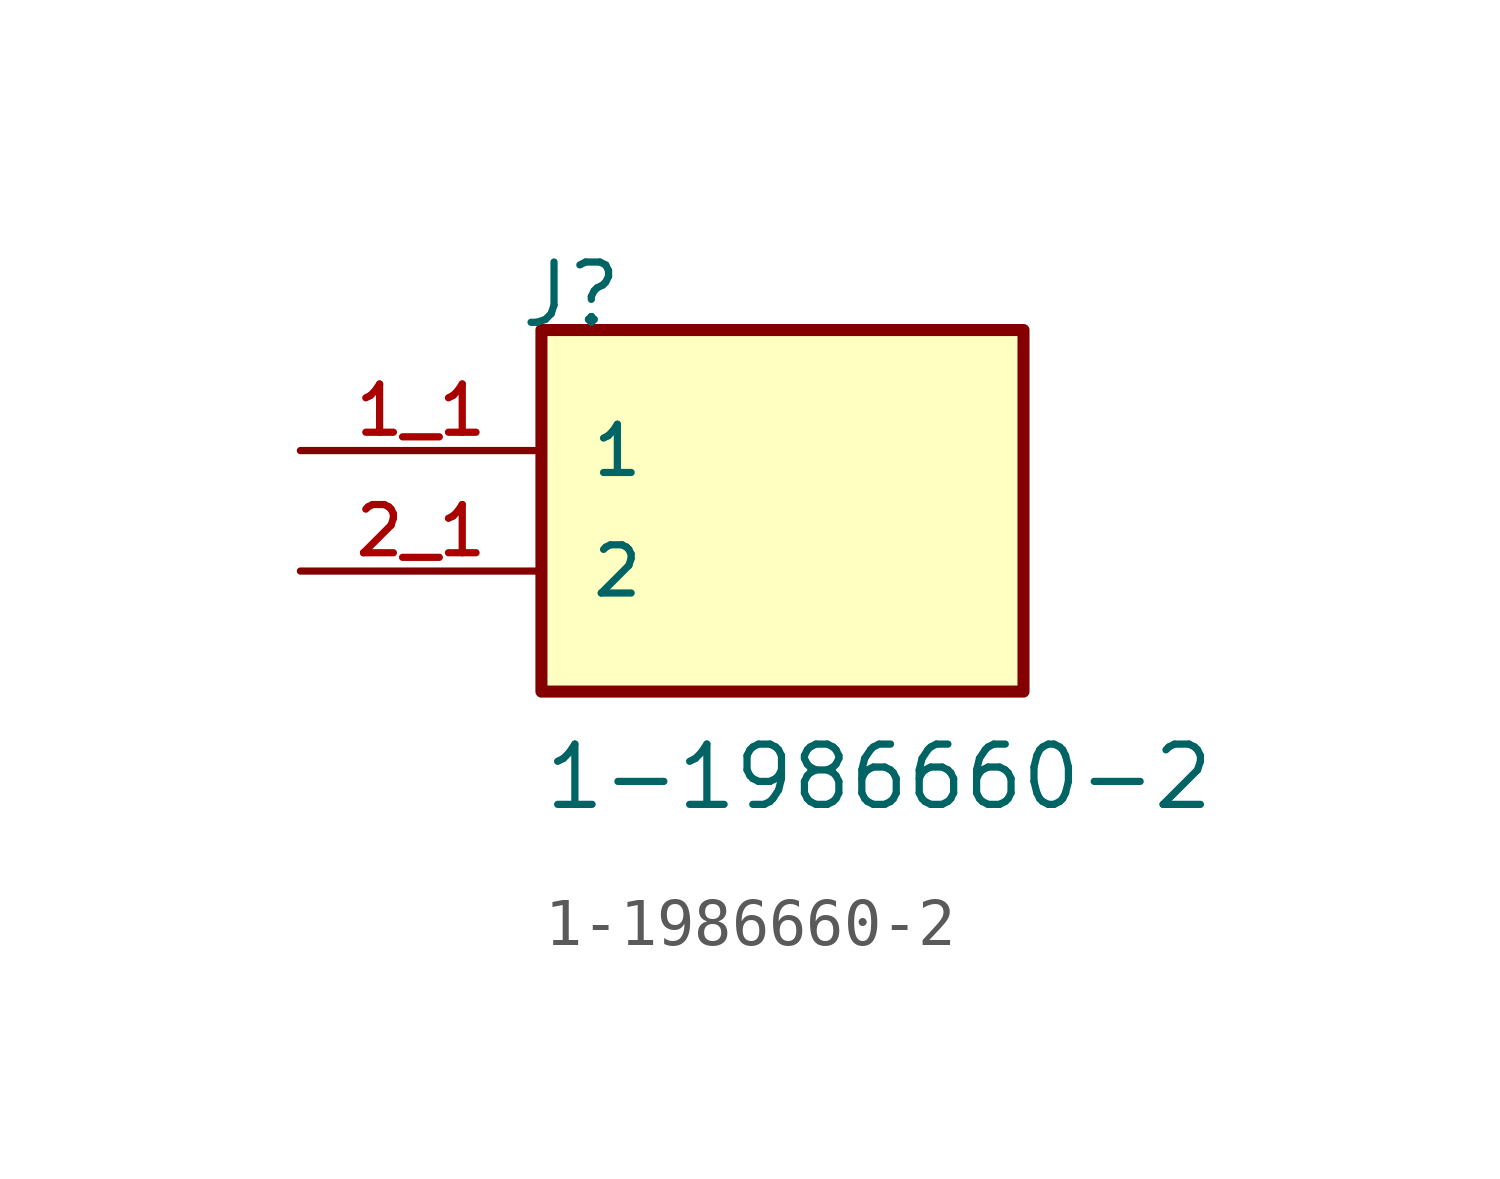
<source format=kicad_sym>
(kicad_symbol_lib
  (version 20211014)
  (generator kicad_symbol_editor)
  (symbol "1-1986660-2"
    (pin_names
      (offset 1.016))
    (property "Reference" "J"
      (at -5.58 5.08 0)
      (effects (font (size 1.27 1.27)) (justify bottom left)))
    (property "Value" "1-1986660-2"
      (at -5.08 -5.08 0)
      (effects (font (size 1.27 1.27)) (justify bottom left)))
    (symbol "1-1986660-2_0_0"
      (rectangle (start -5.08 -2.54) (end 5.08 5.08) (stroke (width 0.254)) (fill (type background)))
      (pin passive line (at -10.16 2.54 0) (length 5.08) (name "1" (effects (font (size 1.016 1.016)))) (number "1_1" (effects (font (size 1.016 1.016)))))
      (pin passive line (at -10.16 0.0 0) (length 5.08) (name "2" (effects (font (size 1.016 1.016)))) (number "2_1" (effects (font (size 1.016 1.016))))))))
</source>
